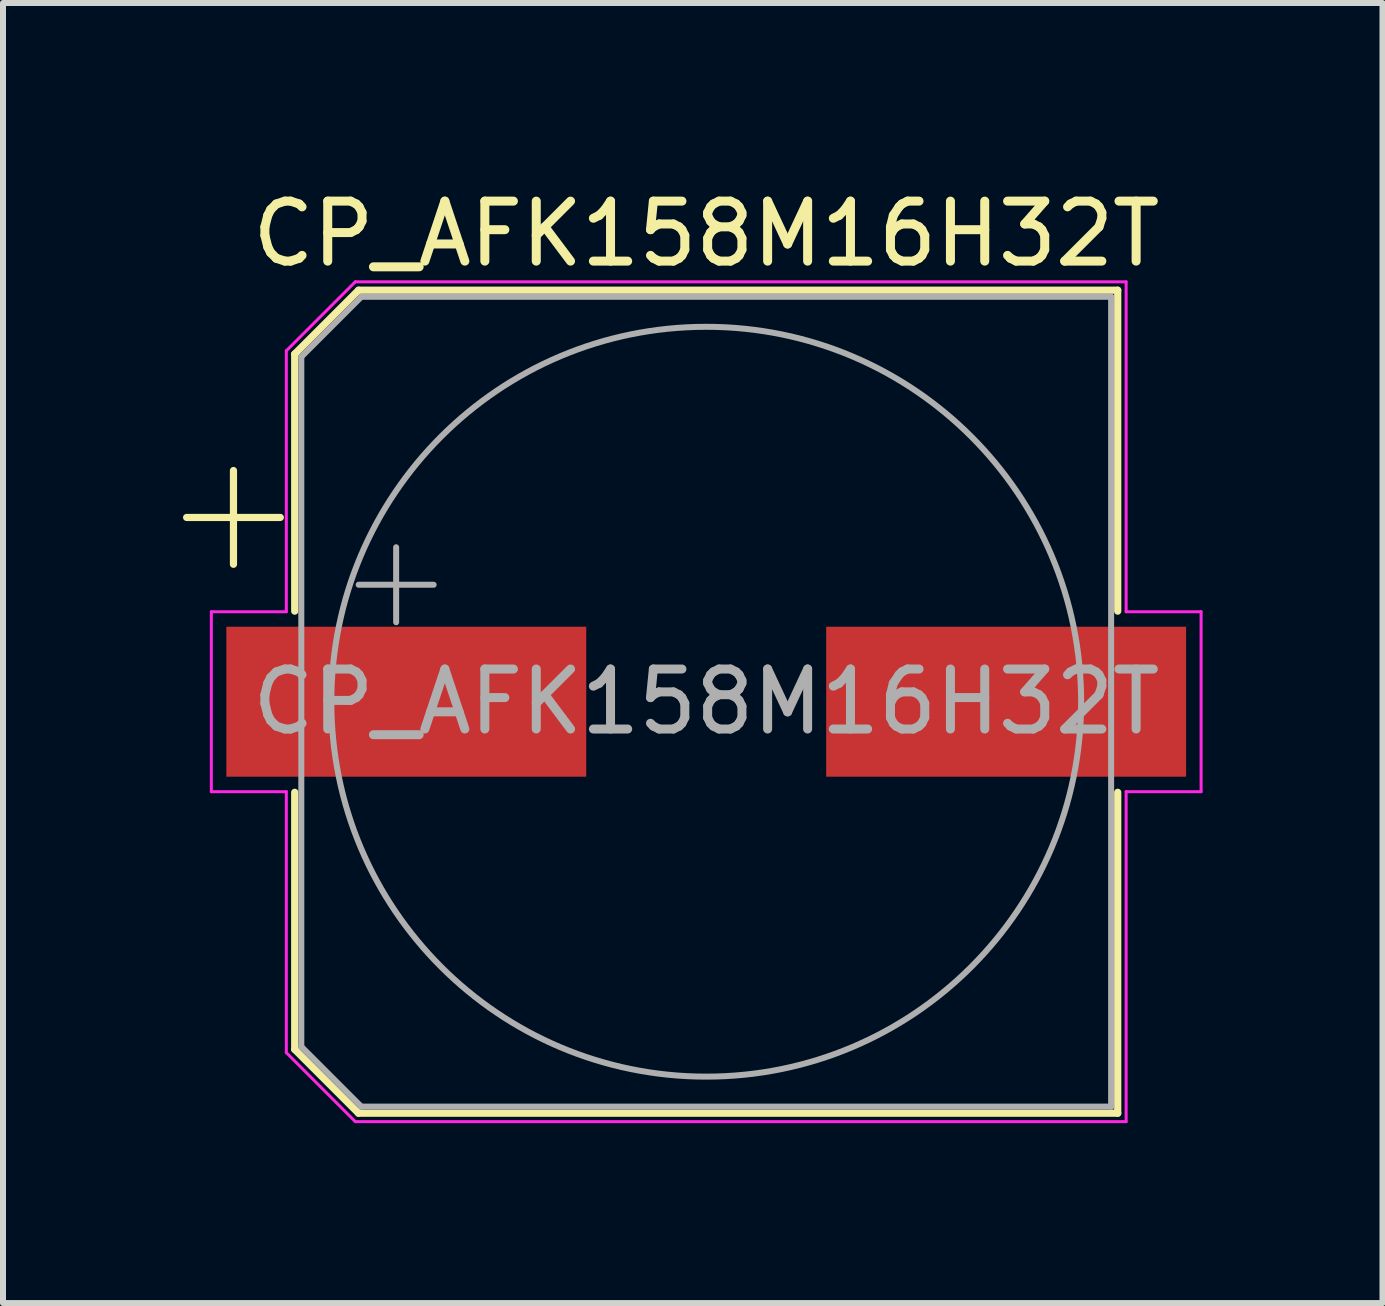
<source format=kicad_pcb>
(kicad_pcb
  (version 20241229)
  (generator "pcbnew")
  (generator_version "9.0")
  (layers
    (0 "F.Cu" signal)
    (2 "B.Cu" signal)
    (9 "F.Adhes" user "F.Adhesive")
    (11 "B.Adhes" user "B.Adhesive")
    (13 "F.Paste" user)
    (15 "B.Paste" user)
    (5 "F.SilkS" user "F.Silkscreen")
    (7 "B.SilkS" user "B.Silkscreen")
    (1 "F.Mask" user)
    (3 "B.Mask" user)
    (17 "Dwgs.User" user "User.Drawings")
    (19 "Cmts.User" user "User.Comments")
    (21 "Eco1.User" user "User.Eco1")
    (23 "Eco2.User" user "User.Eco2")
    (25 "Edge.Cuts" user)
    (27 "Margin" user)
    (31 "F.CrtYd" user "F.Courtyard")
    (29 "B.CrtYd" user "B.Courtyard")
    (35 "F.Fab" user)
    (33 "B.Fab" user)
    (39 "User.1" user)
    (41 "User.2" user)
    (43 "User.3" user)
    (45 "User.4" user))
  (footprint "CP_AFK158M16H32T"
    (layer "F.Cu")
    (at 8.723 8.648)
    (property "Reference" "CP_AFK158M16H32T" (at 0 -7.8 0) (layer "F.SilkS") (effects (font (size 1 1) (thickness 0.15))))
    (attr smd)
    (fp_line (start -8.662 -3.072) (end -7.1 -3.072) (stroke (width 0.12) (type solid)) (layer "F.SilkS"))
    (fp_line (start -7.881 -3.854) (end -7.881 -2.291) (stroke (width 0.12) (type solid)) (layer "F.SilkS"))
    (fp_line (start -6.86 -5.796) (end -6.86 -1.51) (stroke (width 0.12) (type solid)) (layer "F.SilkS"))
    (fp_line (start -6.86 -5.796) (end -5.796 -6.86) (stroke (width 0.12) (type solid)) (layer "F.SilkS"))
    (fp_line (start -6.86 5.796) (end -6.86 1.51) (stroke (width 0.12) (type solid)) (layer "F.SilkS"))
    (fp_line (start -6.86 5.796) (end -5.796 6.86) (stroke (width 0.12) (type solid)) (layer "F.SilkS"))
    (fp_line (start -5.796 -6.86) (end 6.86 -6.86) (stroke (width 0.12) (type solid)) (layer "F.SilkS"))
    (fp_line (start -5.796 6.86) (end 6.86 6.86) (stroke (width 0.12) (type solid)) (layer "F.SilkS"))
    (fp_line (start 6.86 -6.86) (end 6.86 -1.51) (stroke (width 0.12) (type solid)) (layer "F.SilkS"))
    (fp_line (start 6.86 6.86) (end 6.86 1.51) (stroke (width 0.12) (type solid)) (layer "F.SilkS"))
    (fp_line (start -8.25 -1.5) (end -8.25 1.5) (stroke (width 0.05) (type solid)) (layer "F.CrtYd"))
    (fp_line (start -8.25 1.5) (end -7 1.5) (stroke (width 0.05) (type solid)) (layer "F.CrtYd"))
    (fp_line (start -7 -5.85) (end -7 -1.5) (stroke (width 0.05) (type solid)) (layer "F.CrtYd"))
    (fp_line (start -7 -5.85) (end -5.85 -7) (stroke (width 0.05) (type solid)) (layer "F.CrtYd"))
    (fp_line (start -7 -1.5) (end -8.25 -1.5) (stroke (width 0.05) (type solid)) (layer "F.CrtYd"))
    (fp_line (start -7 1.5) (end -7 5.85) (stroke (width 0.05) (type solid)) (layer "F.CrtYd"))
    (fp_line (start -7 5.85) (end -5.85 7) (stroke (width 0.05) (type solid)) (layer "F.CrtYd"))
    (fp_line (start -5.85 -7) (end 7 -7) (stroke (width 0.05) (type solid)) (layer "F.CrtYd"))
    (fp_line (start -5.85 7) (end 7 7) (stroke (width 0.05) (type solid)) (layer "F.CrtYd"))
    (fp_line (start 7 -7) (end 7 -1.5) (stroke (width 0.05) (type solid)) (layer "F.CrtYd"))
    (fp_line (start 7 -1.5) (end 8.25 -1.5) (stroke (width 0.05) (type solid)) (layer "F.CrtYd"))
    (fp_line (start 7 1.5) (end 7 7) (stroke (width 0.05) (type solid)) (layer "F.CrtYd"))
    (fp_line (start 8.25 -1.5) (end 8.25 1.5) (stroke (width 0.05) (type solid)) (layer "F.CrtYd"))
    (fp_line (start 8.25 1.5) (end 7 1.5) (stroke (width 0.05) (type solid)) (layer "F.CrtYd"))
    (fp_line (start -6.75 -5.75) (end -6.75 5.75) (stroke (width 0.1) (type solid)) (layer "F.Fab"))
    (fp_line (start -6.75 -5.75) (end -5.75 -6.75) (stroke (width 0.1) (type solid)) (layer "F.Fab"))
    (fp_line (start -6.75 5.75) (end -5.75 6.75) (stroke (width 0.1) (type solid)) (layer "F.Fab"))
    (fp_line (start -5.794 -1.95) (end -4.544 -1.95) (stroke (width 0.1) (type solid)) (layer "F.Fab"))
    (fp_line (start -5.75 -6.75) (end 6.75 -6.75) (stroke (width 0.1) (type solid)) (layer "F.Fab"))
    (fp_line (start -5.75 6.75) (end 6.75 6.75) (stroke (width 0.1) (type solid)) (layer "F.Fab"))
    (fp_line (start -5.169 -2.575) (end -5.169 -1.325) (stroke (width 0.1) (type solid)) (layer "F.Fab"))
    (fp_line (start 6.75 -6.75) (end 6.75 6.75) (stroke (width 0.1) (type solid)) (layer "F.Fab"))
    (fp_circle (center 0 0) (end 6.25 0) (stroke (width 0.1) (type solid)) (fill no) (layer "F.Fab"))
    (fp_text user "${REFERENCE}" (at 0 0 0) (layer "F.Fab") (effects (font (size 1 1) (thickness 0.15))))
    (pad "1" smd rect (at -5 0) (size 6 2.5) (layers "F.Cu" "F.Mask" "F.Paste"))
    (pad "2" smd rect (at 5 0) (size 6 2.5) (layers "F.Cu" "F.Mask" "F.Paste")))
  (gr_rect
    (start -3 -3)
    (end 19.997 18.673)
    (stroke (width 0.1) (type default))
    (fill no)
    (layer "Edge.Cuts")))
</source>
